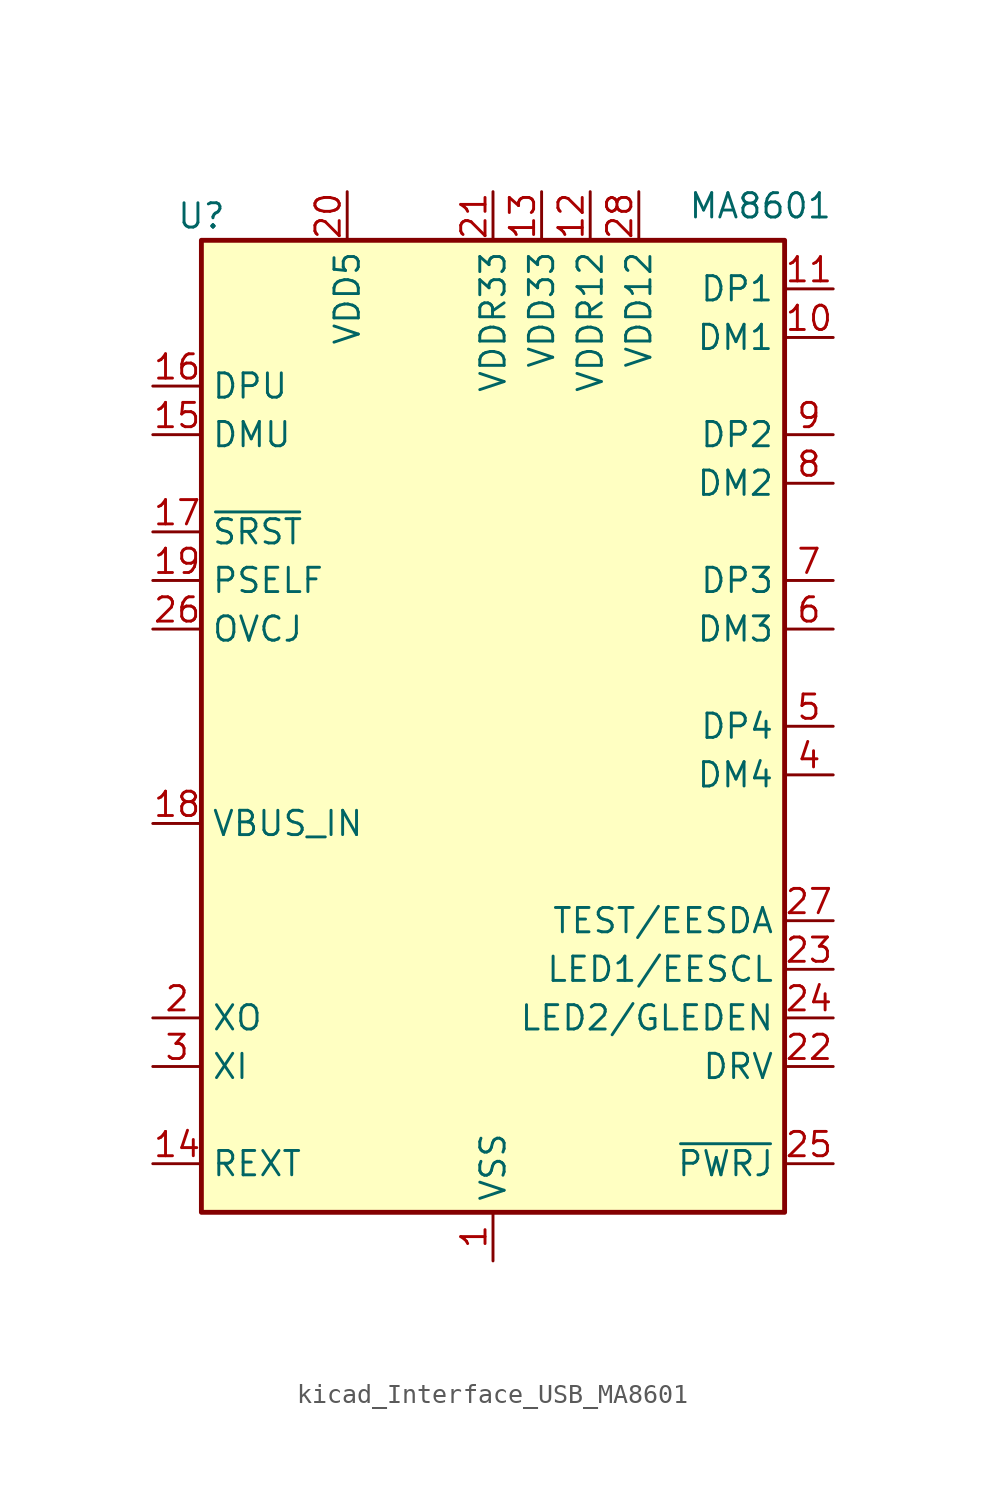
<source format=kicad_sym>
(kicad_symbol_lib
  (version 20220914)
  (generator kicad_symbol_editor)
  (symbol "kicad_Interface_USB_MA8601"
    (property "Reference" "U"
      (at -15.24 26.67 0)
      (effects (font (size 1.27 1.27))))
    (property "Value" "MA8601"
      (at 13.97 27.94 0)
      (effects (font (size 1.27 1.27)) (justify top)))
    (symbol "kicad_Interface_USB_MA8601_0_1"
      (rectangle (start -15.24 25.4) (end 15.24 -25.4) (stroke (width 0.254) (type default)) (fill (type background))))
    (symbol "kicad_Interface_USB_MA8601_1_1"
      (pin power_in line (at 0 -27.94 90) (length 2.54) (name "VSS" (effects (font (size 1.27 1.27)))) (number "1" (effects (font (size 1.27 1.27)))))
      (pin bidirectional line (at 17.78 20.32 180) (length 2.54) (name "DM1" (effects (font (size 1.27 1.27)))) (number "10" (effects (font (size 1.27 1.27)))))
      (pin bidirectional line (at 17.78 22.86 180) (length 2.54) (name "DP1" (effects (font (size 1.27 1.27)))) (number "11" (effects (font (size 1.27 1.27)))))
      (pin power_out line (at 5.08 27.94 270) (length 2.54) (name "VDDR12" (effects (font (size 1.27 1.27)))) (number "12" (effects (font (size 1.27 1.27)))))
      (pin power_in line (at 2.54 27.94 270) (length 2.54) (name "VDD33" (effects (font (size 1.27 1.27)))) (number "13" (effects (font (size 1.27 1.27)))))
      (pin passive line (at -17.78 -22.86 0) (length 2.54) (name "REXT" (effects (font (size 1.27 1.27)))) (number "14" (effects (font (size 1.27 1.27)))))
      (pin bidirectional line (at -17.78 15.24 0) (length 2.54) (name "DMU" (effects (font (size 1.27 1.27)))) (number "15" (effects (font (size 1.27 1.27)))))
      (pin bidirectional line (at -17.78 17.78 0) (length 2.54) (name "DPU" (effects (font (size 1.27 1.27)))) (number "16" (effects (font (size 1.27 1.27)))))
      (pin input line (at -17.78 10.16 0) (length 2.54) (name "~{SRST}" (effects (font (size 1.27 1.27)))) (number "17" (effects (font (size 1.27 1.27)))))
      (pin input line (at -17.78 -5.08 0) (length 2.54) (name "VBUS_IN" (effects (font (size 1.27 1.27)))) (number "18" (effects (font (size 1.27 1.27)))))
      (pin input line (at -17.78 7.62 0) (length 2.54) (name "PSELF" (effects (font (size 1.27 1.27)))) (number "19" (effects (font (size 1.27 1.27)))))
      (pin output line (at -17.78 -15.24 0) (length 2.54) (name "XO" (effects (font (size 1.27 1.27)))) (number "2" (effects (font (size 1.27 1.27)))))
      (pin power_in line (at -7.62 27.94 270) (length 2.54) (name "VDD5" (effects (font (size 1.27 1.27)))) (number "20" (effects (font (size 1.27 1.27)))))
      (pin power_out line (at 0 27.94 270) (length 2.54) (name "VDDR33" (effects (font (size 1.27 1.27)))) (number "21" (effects (font (size 1.27 1.27)))))
      (pin bidirectional line (at 17.78 -17.78 180) (length 2.54) (name "DRV" (effects (font (size 1.27 1.27)))) (number "22" (effects (font (size 1.27 1.27)))))
      (pin bidirectional line (at 17.78 -12.7 180) (length 2.54) (name "LED1/EESCL" (effects (font (size 1.27 1.27)))) (number "23" (effects (font (size 1.27 1.27)))))
      (pin bidirectional line (at 17.78 -15.24 180) (length 2.54) (name "LED2/GLEDEN" (effects (font (size 1.27 1.27)))) (number "24" (effects (font (size 1.27 1.27)))))
      (pin output line (at 17.78 -22.86 180) (length 2.54) (name "~{PWRJ}" (effects (font (size 1.27 1.27)))) (number "25" (effects (font (size 1.27 1.27)))))
      (pin input line (at -17.78 5.08 0) (length 2.54) (name "OVCJ" (effects (font (size 1.27 1.27)))) (number "26" (effects (font (size 1.27 1.27)))))
      (pin bidirectional line (at 17.78 -10.16 180) (length 2.54) (name "TEST/EESDA" (effects (font (size 1.27 1.27)))) (number "27" (effects (font (size 1.27 1.27)))))
      (pin power_in line (at 7.62 27.94 270) (length 2.54) (name "VDD12" (effects (font (size 1.27 1.27)))) (number "28" (effects (font (size 1.27 1.27)))))
      (pin input line (at -17.78 -17.78 0) (length 2.54) (name "XI" (effects (font (size 1.27 1.27)))) (number "3" (effects (font (size 1.27 1.27)))))
      (pin bidirectional line (at 17.78 -2.54 180) (length 2.54) (name "DM4" (effects (font (size 1.27 1.27)))) (number "4" (effects (font (size 1.27 1.27)))))
      (pin bidirectional line (at 17.78 0 180) (length 2.54) (name "DP4" (effects (font (size 1.27 1.27)))) (number "5" (effects (font (size 1.27 1.27)))))
      (pin bidirectional line (at 17.78 5.08 180) (length 2.54) (name "DM3" (effects (font (size 1.27 1.27)))) (number "6" (effects (font (size 1.27 1.27)))))
      (pin bidirectional line (at 17.78 7.62 180) (length 2.54) (name "DP3" (effects (font (size 1.27 1.27)))) (number "7" (effects (font (size 1.27 1.27)))))
      (pin bidirectional line (at 17.78 12.7 180) (length 2.54) (name "DM2" (effects (font (size 1.27 1.27)))) (number "8" (effects (font (size 1.27 1.27)))))
      (pin bidirectional line (at 17.78 15.24 180) (length 2.54) (name "DP2" (effects (font (size 1.27 1.27)))) (number "9" (effects (font (size 1.27 1.27))))))))
</source>
